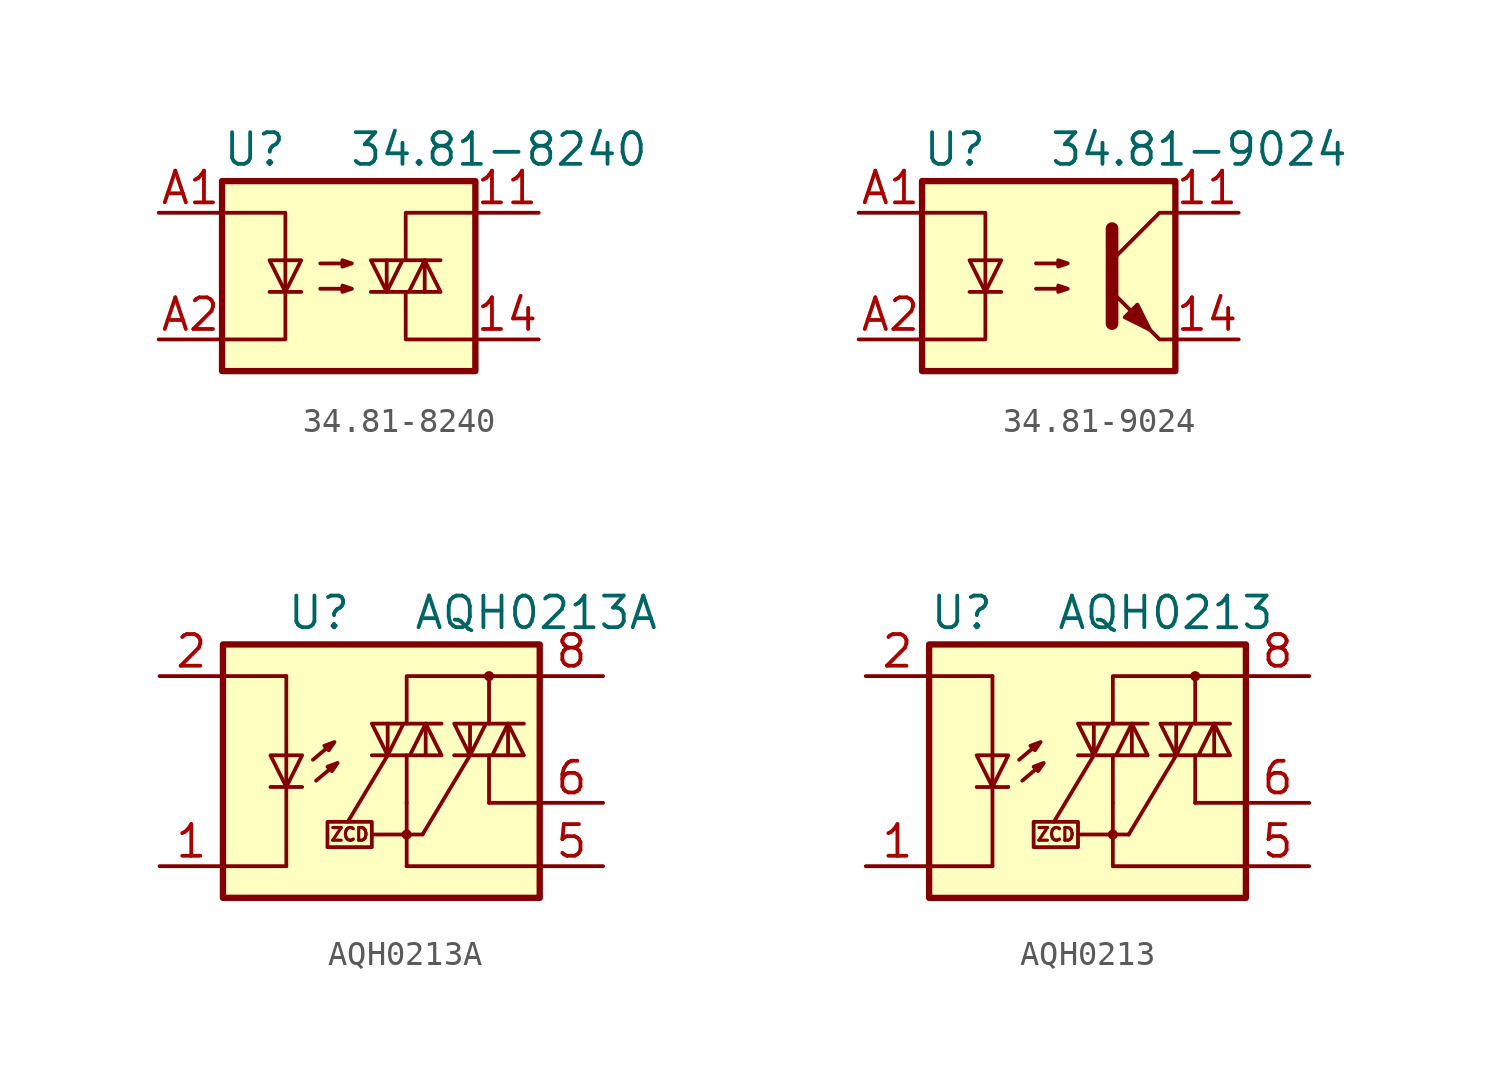
<source format=kicad_sym>
(kicad_symbol_lib
  (version 20201005)
  (generator kicad_symbol_editor)
  (symbol "34.81-8240"
    (property "Reference" "U"
      (at -5.08 5.08 0)
      (effects (font (size 1.27 1.27)) (justify left)))
    (property "Value" "34.81-8240"
      (at 0 5.08 0)
      (effects (font (size 1.27 1.27)) (justify left)))
    (symbol "34.81-8240_0_1"
      (rectangle (start -5.08 3.81) (end 5.08 -3.81) (stroke (width 0.254)) (fill (type background)))
      (polyline (pts (xy -3.175 -0.635) (xy -1.905 -0.635)) (stroke (width 0)) (fill (type none)))
      (polyline (pts (xy 1.524 -0.635) (xy 1.524 0.635)) (stroke (width 0)) (fill (type none)))
      (polyline (pts (xy 3.048 0.635) (xy 3.048 -0.635)) (stroke (width 0)) (fill (type none)))
      (polyline (pts (xy 2.286 -0.635) (xy 2.286 -2.54) (xy 5.08 -2.54)) (stroke (width 0)) (fill (type none)))
      (polyline (pts (xy 2.286 0.635) (xy 2.286 2.54) (xy 5.08 2.54)) (stroke (width 0)) (fill (type none)))
      (polyline (pts (xy -5.08 2.54) (xy -2.54 2.54) (xy -2.54 -2.54) (xy -5.08 -2.54)) (stroke (width 0)) (fill (type none)))
      (polyline (pts (xy -2.54 -0.635) (xy -3.175 0.635) (xy -1.905 0.635) (xy -2.54 -0.635)) (stroke (width 0)) (fill (type none)))
      (polyline (pts (xy 0.889 -0.635) (xy 3.683 -0.635) (xy 3.048 0.635) (xy 2.413 -0.635)) (stroke (width 0)) (fill (type none)))
      (polyline (pts (xy 3.683 0.635) (xy 0.889 0.635) (xy 1.524 -0.635) (xy 2.159 0.635)) (stroke (width 0)) (fill (type none)))
      (polyline (pts (xy -1.143 -0.508) (xy 0.127 -0.508) (xy -0.254 -0.635) (xy -0.254 -0.381) (xy 0.127 -0.508)) (stroke (width 0)) (fill (type none)))
      (polyline (pts (xy -1.143 0.508) (xy 0.127 0.508) (xy -0.254 0.381) (xy -0.254 0.635) (xy 0.127 0.508)) (stroke (width 0)) (fill (type none))))
    (symbol "34.81-8240_1_1"
      (pin passive line (at 7.62 2.54 180) (length 2.54) (name "~" (effects (font (size 1.27 1.27)))) (number "11" (effects (font (size 1.27 1.27)))))
      (pin passive line (at 7.62 -2.54 180) (length 2.54) (name "~" (effects (font (size 1.27 1.27)))) (number "14" (effects (font (size 1.27 1.27)))))
      (pin passive line (at -7.62 2.54 0) (length 2.54) (name "~" (effects (font (size 1.27 1.27)))) (number "A1" (effects (font (size 1.27 1.27)))))
      (pin passive line (at -7.62 -2.54 0) (length 2.54) (name "~" (effects (font (size 1.27 1.27)))) (number "A2" (effects (font (size 1.27 1.27)))))))
  (symbol "34.81-9024"
    (property "Reference" "U"
      (at -5.08 5.08 0)
      (effects (font (size 1.27 1.27)) (justify left)))
    (property "Value" "34.81-9024"
      (at 0 5.08 0)
      (effects (font (size 1.27 1.27)) (justify left)))
    (symbol "34.81-9024_0_1"
      (rectangle (start -5.08 3.81) (end 5.08 -3.81) (stroke (width 0.254)) (fill (type background)))
      (polyline (pts (xy -3.175 -0.635) (xy -1.905 -0.635)) (stroke (width 0)) (fill (type none)))
      (polyline (pts (xy 2.54 1.905) (xy 2.54 -1.905) (xy 2.54 -1.905)) (stroke (width 0.508)) (fill (type none)))
      (polyline (pts (xy -5.08 2.54) (xy -2.54 2.54) (xy -2.54 -2.54) (xy -5.08 -2.54)) (stroke (width 0)) (fill (type none)))
      (polyline (pts (xy -2.54 -0.635) (xy -3.175 0.635) (xy -1.905 0.635) (xy -2.54 -0.635)) (stroke (width 0)) (fill (type none)))
      (polyline (pts (xy -0.508 -0.508) (xy 0.762 -0.508) (xy 0.381 -0.635) (xy 0.381 -0.381) (xy 0.762 -0.508)) (stroke (width 0)) (fill (type none)))
      (polyline (pts (xy -0.508 0.508) (xy 0.762 0.508) (xy 0.381 0.381) (xy 0.381 0.635) (xy 0.762 0.508)) (stroke (width 0)) (fill (type none)))
      (polyline (pts (xy 5.08 2.54) (xy 4.445 2.54) (xy 2.54 0.635) (xy 2.54 -0.635) (xy 4.445 -2.54) (xy 5.08 -2.54)) (stroke (width 0)) (fill (type none)))
      (polyline (pts (xy 3.048 -1.651) (xy 3.556 -1.143) (xy 4.064 -2.159) (xy 3.048 -1.651) (xy 3.048 -1.651)) (stroke (width 0)) (fill (type outline))))
    (symbol "34.81-9024_1_1"
      (pin passive line (at 7.62 2.54 180) (length 2.54) (name "~" (effects (font (size 1.27 1.27)))) (number "11" (effects (font (size 1.27 1.27)))))
      (pin passive line (at 7.62 -2.54 180) (length 2.54) (name "~" (effects (font (size 1.27 1.27)))) (number "14" (effects (font (size 1.27 1.27)))))
      (pin passive line (at -7.62 2.54 0) (length 2.54) (name "~" (effects (font (size 1.27 1.27)))) (number "A1" (effects (font (size 1.27 1.27)))))
      (pin passive line (at -7.62 -2.54 0) (length 2.54) (name "~" (effects (font (size 1.27 1.27)))) (number "A2" (effects (font (size 1.27 1.27)))))))
  (symbol "AQH0213A"
    (property "Reference" "U"
      (at -5.08 5.08 0)
      (effects (font (size 1.27 1.27)) (justify left)))
    (property "Value" "AQH0213A"
      (at 0 5.08 0)
      (effects (font (size 1.27 1.27)) (justify left)))
    (symbol "AQH0213A_0_1"
      (polyline (pts (xy 3.048 -2.54) (xy 5.08 -2.54)) (stroke (width 0)) (fill (type none)))
      (polyline (pts (xy 3.048 -0.635) (xy 3.048 -2.54)) (stroke (width 0)) (fill (type none))))
    (symbol "AQH0213A_1_1"
      (circle (center -0.254 -3.81) (radius 0.127) (stroke (width 0)) (fill (type none)))
      (circle (center 3.048 2.54) (radius 0.127) (stroke (width 0)) (fill (type none)))
      (text "ZCD" (at -2.54 -3.81 0) (effects (font (size 0.508 0.508))))
      (rectangle (start -3.429 -3.302) (end -1.651 -4.318) (stroke (width 0)) (fill (type none)))
      (rectangle (start -7.62 3.81) (end 5.08 -6.35) (stroke (width 0.254)) (fill (type background)))
      (polyline (pts (xy -5.715 -1.905) (xy -4.445 -1.905)) (stroke (width 0)) (fill (type none)))
      (polyline (pts (xy -5.08 -5.08) (xy -7.62 -5.08)) (stroke (width 0)) (fill (type none)))
      (polyline (pts (xy -5.08 -1.905) (xy -5.08 -5.08)) (stroke (width 0)) (fill (type none)))
      (polyline (pts (xy -5.08 -0.635) (xy -5.08 -1.905)) (stroke (width 0)) (fill (type none)))
      (polyline (pts (xy -5.08 -0.635) (xy -5.08 2.54)) (stroke (width 0)) (fill (type none)))
      (polyline (pts (xy -5.08 2.54) (xy -7.493 2.54)) (stroke (width 0)) (fill (type none)))
      (polyline (pts (xy -3.378 -0.279) (xy -4.013 -0.813)) (stroke (width 0)) (fill (type none)))
      (polyline (pts (xy -3.251 -1.118) (xy -3.886 -1.651)) (stroke (width 0)) (fill (type none)))
      (polyline (pts (xy -1.651 -3.81) (xy -0.254 -3.81)) (stroke (width 0)) (fill (type none)))
      (polyline (pts (xy -1.016 -0.635) (xy -2.616 -3.302)) (stroke (width 0)) (fill (type none)))
      (polyline (pts (xy -1.016 -0.635) (xy -1.016 0.635)) (stroke (width 0)) (fill (type none)))
      (polyline (pts (xy -0.254 -3.81) (xy 0.381 -3.81)) (stroke (width 0)) (fill (type none)))
      (polyline (pts (xy -0.254 -2.54) (xy -0.254 -5.08)) (stroke (width 0)) (fill (type none)))
      (polyline (pts (xy -0.254 -2.54) (xy -0.254 -0.635)) (stroke (width 0)) (fill (type none)))
      (polyline (pts (xy 0.381 -3.81) (xy 2.286 -0.635)) (stroke (width 0)) (fill (type none)))
      (polyline (pts (xy 0.508 0.635) (xy 0.508 -0.635)) (stroke (width 0)) (fill (type none)))
      (polyline (pts (xy 2.286 -0.635) (xy 2.286 0.635)) (stroke (width 0)) (fill (type none)))
      (polyline (pts (xy 3.048 2.54) (xy 3.048 0.635)) (stroke (width 0)) (fill (type none)))
      (polyline (pts (xy 3.81 0.635) (xy 3.81 -0.635)) (stroke (width 0)) (fill (type none)))
      (polyline (pts (xy 5.08 -5.08) (xy -0.254 -5.08)) (stroke (width 0)) (fill (type none)))
      (polyline (pts (xy 5.08 2.54) (xy 3.048 2.54)) (stroke (width 0)) (fill (type none)))
      (polyline (pts (xy 3.048 2.54) (xy -0.254 2.54) (xy -0.254 0.635)) (stroke (width 0)) (fill (type none)))
      (polyline (pts (xy -5.08 -1.905) (xy -5.715 -0.635) (xy -4.445 -0.635) (xy -5.08 -1.905)) (stroke (width 0)) (fill (type none)))
      (polyline (pts (xy -3.556 -0.254) (xy -3.378 -0.432) (xy -3.15 -0.102) (xy -3.556 -0.254)) (stroke (width 0)) (fill (type none)))
      (polyline (pts (xy -3.429 -1.092) (xy -3.251 -1.27) (xy -3.023 -0.94) (xy -3.429 -1.092)) (stroke (width 0)) (fill (type none)))
      (polyline (pts (xy -1.651 -0.635) (xy 1.143 -0.635) (xy 0.508 0.635) (xy -0.127 -0.635)) (stroke (width 0)) (fill (type none)))
      (polyline (pts (xy 1.143 0.635) (xy -1.651 0.635) (xy -1.016 -0.635) (xy -0.381 0.635)) (stroke (width 0)) (fill (type none)))
      (polyline (pts (xy 1.651 -0.635) (xy 4.445 -0.635) (xy 3.81 0.635) (xy 3.175 -0.635)) (stroke (width 0)) (fill (type none)))
      (polyline (pts (xy 4.445 0.635) (xy 1.651 0.635) (xy 2.286 -0.635) (xy 2.921 0.635)) (stroke (width 0)) (fill (type none)))
      (pin passive line (at -10.16 -5.08 0) (length 2.54) (name "~" (effects (font (size 1.27 1.27)))) (number "1" (effects (font (size 1.27 1.27)))))
      (pin passive line (at -10.16 2.54 0) (length 2.54) (name "~" (effects (font (size 1.27 1.27)))) (number "2" (effects (font (size 1.27 1.27)))))
      (pin passive line (at -10.16 -5.08 0) (length 2.54) hide (name "~" (effects (font (size 1.27 1.27)))) (number "3" (effects (font (size 1.27 1.27)))))
      (pin passive line (at -10.16 -5.08 0) (length 2.54) hide (name "~" (effects (font (size 1.27 1.27)))) (number "4" (effects (font (size 1.27 1.27)))))
      (pin passive line (at 7.62 -5.08 180) (length 2.54) (name "~" (effects (font (size 1.27 1.27)))) (number "5" (effects (font (size 1.27 1.27)))))
      (pin passive line (at 7.62 -2.54 180) (length 2.54) (name "~" (effects (font (size 1.27 1.27)))) (number "6" (effects (font (size 1.27 1.27)))))
      (pin passive line (at 7.62 2.54 180) (length 2.54) (name "~" (effects (font (size 1.27 1.27)))) (number "8" (effects (font (size 1.27 1.27)))))))
  (symbol "AQH0213"
    (property "Reference" "U"
      (at -7.62 5.08 0)
      (effects (font (size 1.27 1.27)) (justify left)))
    (property "Value" "AQH0213"
      (at -2.54 5.08 0)
      (effects (font (size 1.27 1.27)) (justify left)))
    (symbol "AQH0213_0_0"
      (text "ZCD" (at -2.54 -3.81 0) (effects (font (size 0.508 0.508))))
      (rectangle (start -3.429 -3.302) (end -1.651 -4.318) (stroke (width 0)) (fill (type none))))
    (symbol "AQH0213_0_1"
      (rectangle (start -7.62 3.81) (end 5.08 -6.35) (stroke (width 0.254)) (fill (type background)))
      (polyline (pts (xy -5.715 -1.905) (xy -4.445 -1.905)) (stroke (width 0)) (fill (type none)))
      (polyline (pts (xy -5.08 -5.08) (xy -7.62 -5.08)) (stroke (width 0)) (fill (type none)))
      (polyline (pts (xy -5.08 -1.905) (xy -5.08 -5.08)) (stroke (width 0)) (fill (type none)))
      (polyline (pts (xy -5.08 -0.635) (xy -5.08 -1.905)) (stroke (width 0)) (fill (type none)))
      (polyline (pts (xy -5.08 -0.635) (xy -5.08 2.54)) (stroke (width 0)) (fill (type none)))
      (polyline (pts (xy -5.08 2.54) (xy -7.493 2.54)) (stroke (width 0)) (fill (type none)))
      (polyline (pts (xy -3.251 -1.118) (xy -3.886 -1.651)) (stroke (width 0)) (fill (type none)))
      (polyline (pts (xy -1.651 -3.81) (xy -0.254 -3.81)) (stroke (width 0)) (fill (type none)))
      (polyline (pts (xy -1.016 -0.635) (xy -2.616 -3.302)) (stroke (width 0)) (fill (type none)))
      (polyline (pts (xy -1.016 -0.635) (xy -1.016 0.635)) (stroke (width 0)) (fill (type none)))
      (polyline (pts (xy -0.254 -3.81) (xy 0.381 -3.81)) (stroke (width 0)) (fill (type none)))
      (polyline (pts (xy -0.254 -2.54) (xy -0.254 -5.08)) (stroke (width 0)) (fill (type none)))
      (polyline (pts (xy -0.254 -2.54) (xy -0.254 -0.635)) (stroke (width 0)) (fill (type none)))
      (polyline (pts (xy 0.381 -3.81) (xy 2.286 -0.635)) (stroke (width 0)) (fill (type none)))
      (polyline (pts (xy 0.508 0.635) (xy 0.508 -0.635)) (stroke (width 0)) (fill (type none)))
      (polyline (pts (xy 3.048 -2.54) (xy 5.08 -2.54)) (stroke (width 0)) (fill (type none)))
      (polyline (pts (xy 3.048 -0.635) (xy 3.048 -2.54)) (stroke (width 0)) (fill (type none)))
      (polyline (pts (xy 3.048 2.54) (xy 3.048 0.635)) (stroke (width 0)) (fill (type none)))
      (polyline (pts (xy 5.08 -5.08) (xy -0.254 -5.08)) (stroke (width 0)) (fill (type none)))
      (polyline (pts (xy 5.08 2.54) (xy 3.048 2.54)) (stroke (width 0)) (fill (type none)))
      (polyline (pts (xy 3.048 2.54) (xy -0.254 2.54) (xy -0.254 0.635)) (stroke (width 0)) (fill (type none)))
      (polyline (pts (xy -5.08 -1.905) (xy -5.715 -0.635) (xy -4.445 -0.635) (xy -5.08 -1.905)) (stroke (width 0)) (fill (type none)))
      (polyline (pts (xy -3.429 -1.092) (xy -3.251 -1.27) (xy -3.023 -0.94) (xy -3.429 -1.092)) (stroke (width 0)) (fill (type none)))
      (polyline (pts (xy -1.651 -0.635) (xy 1.143 -0.635) (xy 0.508 0.635) (xy -0.127 -0.635)) (stroke (width 0)) (fill (type none)))
      (polyline (pts (xy 1.143 0.635) (xy -1.651 0.635) (xy -1.016 -0.635) (xy -0.381 0.635)) (stroke (width 0)) (fill (type none))))
    (symbol "AQH0213_1_1"
      (circle (center -0.254 -3.81) (radius 0.127) (stroke (width 0)) (fill (type none)))
      (circle (center 3.048 2.54) (radius 0.127) (stroke (width 0)) (fill (type none)))
      (polyline (pts (xy -3.378 -0.279) (xy -4.013 -0.813)) (stroke (width 0)) (fill (type none)))
      (polyline (pts (xy 2.286 -0.635) (xy 2.286 0.635)) (stroke (width 0)) (fill (type none)))
      (polyline (pts (xy 3.81 0.635) (xy 3.81 -0.635)) (stroke (width 0)) (fill (type none)))
      (polyline (pts (xy -3.556 -0.254) (xy -3.378 -0.432) (xy -3.15 -0.102) (xy -3.556 -0.254)) (stroke (width 0)) (fill (type none)))
      (polyline (pts (xy 1.651 -0.635) (xy 4.445 -0.635) (xy 3.81 0.635) (xy 3.175 -0.635)) (stroke (width 0)) (fill (type none)))
      (polyline (pts (xy 4.445 0.635) (xy 1.651 0.635) (xy 2.286 -0.635) (xy 2.921 0.635)) (stroke (width 0)) (fill (type none)))
      (pin passive line (at -10.16 -5.08 0) (length 2.54) (name "~" (effects (font (size 1.27 1.27)))) (number "1" (effects (font (size 1.27 1.27)))))
      (pin passive line (at -10.16 2.54 0) (length 2.54) (name "~" (effects (font (size 1.27 1.27)))) (number "2" (effects (font (size 1.27 1.27)))))
      (pin passive line (at -10.16 -5.08 0) (length 2.54) hide (name "~" (effects (font (size 1.27 1.27)))) (number "3" (effects (font (size 1.27 1.27)))))
      (pin passive line (at -10.16 -5.08 0) (length 2.54) hide (name "~" (effects (font (size 1.27 1.27)))) (number "4" (effects (font (size 1.27 1.27)))))
      (pin passive line (at 7.62 -5.08 180) (length 2.54) (name "~" (effects (font (size 1.27 1.27)))) (number "5" (effects (font (size 1.27 1.27)))))
      (pin passive line (at 7.62 -2.54 180) (length 2.54) (name "~" (effects (font (size 1.27 1.27)))) (number "6" (effects (font (size 1.27 1.27)))))
      (pin passive line (at 7.62 2.54 180) (length 2.54) (name "~" (effects (font (size 1.27 1.27)))) (number "8" (effects (font (size 1.27 1.27))))))))
</source>
